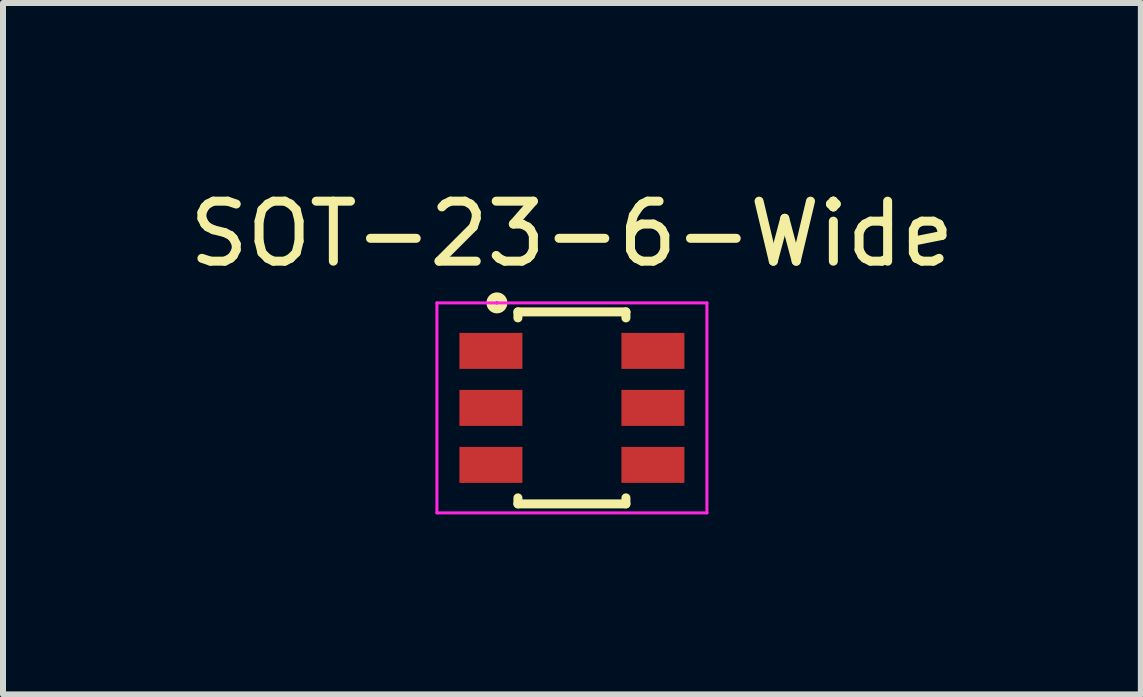
<source format=kicad_pcb>
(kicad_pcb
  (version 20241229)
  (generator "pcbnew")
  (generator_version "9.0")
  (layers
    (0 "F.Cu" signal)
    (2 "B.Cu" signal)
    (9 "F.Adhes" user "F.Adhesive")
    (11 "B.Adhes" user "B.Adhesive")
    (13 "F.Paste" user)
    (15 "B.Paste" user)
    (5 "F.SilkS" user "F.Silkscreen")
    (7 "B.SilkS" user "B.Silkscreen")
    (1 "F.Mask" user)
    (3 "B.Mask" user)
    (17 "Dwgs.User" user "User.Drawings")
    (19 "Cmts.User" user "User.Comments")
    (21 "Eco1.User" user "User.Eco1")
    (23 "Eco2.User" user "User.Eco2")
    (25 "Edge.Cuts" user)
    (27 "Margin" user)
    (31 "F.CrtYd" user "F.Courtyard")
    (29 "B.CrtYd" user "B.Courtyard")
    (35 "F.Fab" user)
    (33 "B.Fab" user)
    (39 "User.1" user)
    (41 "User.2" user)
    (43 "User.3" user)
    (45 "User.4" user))
  (footprint "SOT-23-6-Wide"
    (layer "F.Cu")
    (at 6.482 3.748)
    (property "Reference" "SOT-23-6-Wide" (at 0 -2.9 0) (layer "F.SilkS") (effects (font (size 1 1) (thickness 0.15))))
    (attr smd)
    (fp_line (start -0.9 -1.6) (end -0.9 -1.5) (stroke (width 0.15) (type solid)) (layer "F.SilkS"))
    (fp_line (start -0.9 -1.6) (end 0.9 -1.6) (stroke (width 0.15) (type solid)) (layer "F.SilkS"))
    (fp_line (start -0.9 1.5) (end -0.9 1.6) (stroke (width 0.15) (type solid)) (layer "F.SilkS"))
    (fp_line (start -0.9 1.6) (end 0.9 1.6) (stroke (width 0.15) (type solid)) (layer "F.SilkS"))
    (fp_line (start 0.9 -1.5) (end 0.9 -1.6) (stroke (width 0.15) (type solid)) (layer "F.SilkS"))
    (fp_line (start 0.9 1.6) (end 0.9 1.5) (stroke (width 0.15) (type solid)) (layer "F.SilkS"))
    (fp_circle (center -1.25 -1.75) (end -1.15 -1.75) (stroke (width 0.15) (type solid)) (fill no) (layer "F.SilkS"))
    (fp_line (start -2.25 -1.75) (end 2.25 -1.75) (stroke (width 0.05) (type solid)) (layer "F.CrtYd"))
    (fp_line (start -2.25 1.75) (end -2.25 -1.75) (stroke (width 0.05) (type solid)) (layer "F.CrtYd"))
    (fp_line (start 2.25 -1.75) (end 2.25 1.75) (stroke (width 0.05) (type solid)) (layer "F.CrtYd"))
    (fp_line (start 2.25 1.75) (end -2.25 1.75) (stroke (width 0.05) (type solid)) (layer "F.CrtYd"))
    (pad "1" smd rect (at -1.35 -0.95) (size 1.05 0.6) (layers "F.Cu" "F.Mask" "F.Paste"))
    (pad "2" smd rect (at -1.35 0) (size 1.05 0.6) (layers "F.Cu" "F.Mask" "F.Paste"))
    (pad "3" smd rect (at -1.35 0.95) (size 1.05 0.6) (layers "F.Cu" "F.Mask" "F.Paste"))
    (pad "4" smd rect (at 1.35 0.95) (size 1.05 0.6) (layers "F.Cu" "F.Mask" "F.Paste"))
    (pad "5" smd rect (at 1.35 0) (size 1.05 0.6) (layers "F.Cu" "F.Mask" "F.Paste"))
    (pad "6" smd rect (at 1.35 -0.95) (size 1.05 0.6) (layers "F.Cu" "F.Mask" "F.Paste")))
  (gr_rect
    (start -3 -3)
    (end 15.964 8.523)
    (stroke (width 0.1) (type default))
    (fill no)
    (layer "Edge.Cuts")))
</source>
